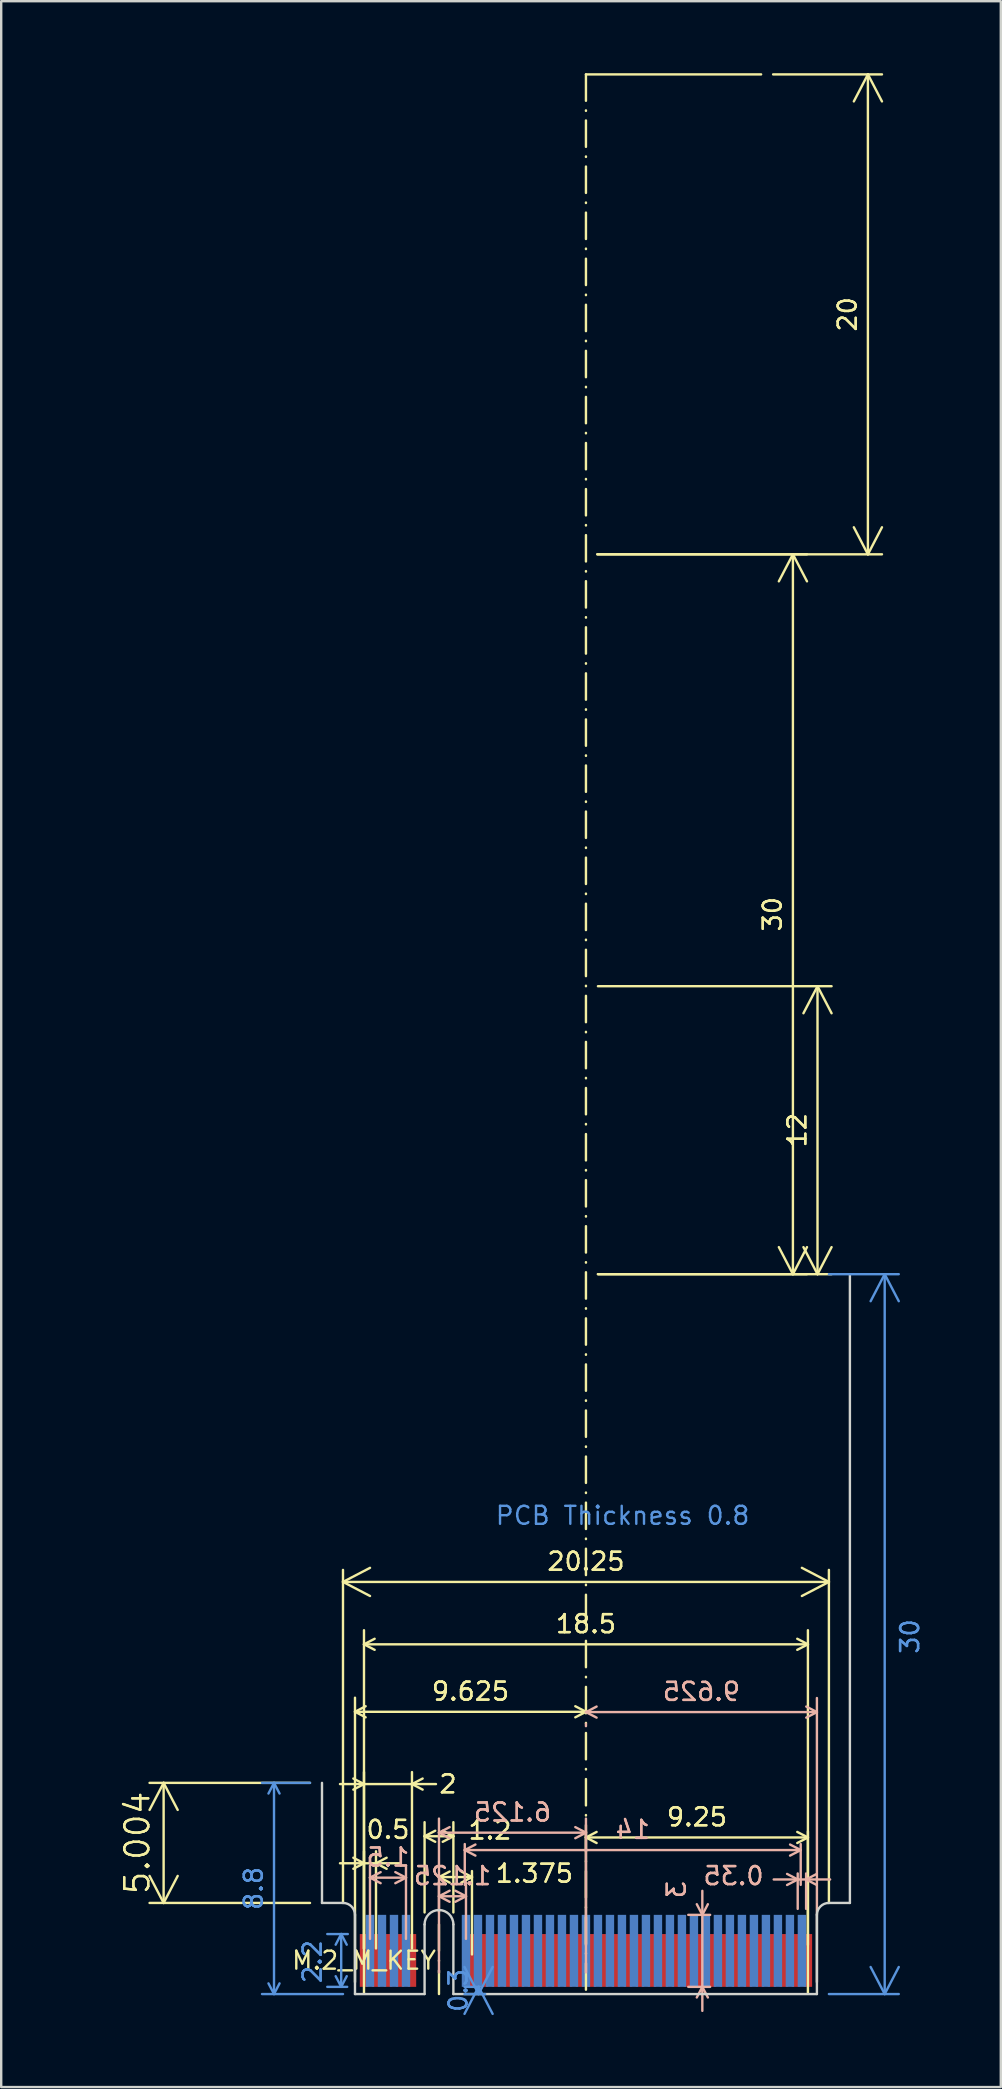
<source format=kicad_pcb>
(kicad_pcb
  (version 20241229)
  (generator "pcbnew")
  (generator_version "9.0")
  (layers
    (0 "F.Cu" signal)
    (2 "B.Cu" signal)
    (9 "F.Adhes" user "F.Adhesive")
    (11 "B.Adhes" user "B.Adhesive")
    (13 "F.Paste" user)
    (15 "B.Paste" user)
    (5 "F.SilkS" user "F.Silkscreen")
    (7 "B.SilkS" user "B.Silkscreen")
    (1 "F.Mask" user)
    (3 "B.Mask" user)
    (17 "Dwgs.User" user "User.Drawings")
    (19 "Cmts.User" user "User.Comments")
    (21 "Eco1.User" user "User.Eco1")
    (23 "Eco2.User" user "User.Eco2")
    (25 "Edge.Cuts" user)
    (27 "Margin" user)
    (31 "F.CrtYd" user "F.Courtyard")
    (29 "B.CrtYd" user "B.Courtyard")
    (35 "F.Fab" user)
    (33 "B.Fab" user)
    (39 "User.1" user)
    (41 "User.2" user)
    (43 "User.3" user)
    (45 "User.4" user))
  (footprint "M.2_M_KEY"
    (layer "F.Cu")
    (at 12.119 78.65)
    (property "Reference" "M.2_M_KEY" (at 0 0 0) (layer "F.SilkS") (effects (font (size 0.75 0.75) (thickness 0.1))))
    (attr through_hole)
    (fp_line (start 3.125 -1.5) (end 3.125 1.4) (stroke (width 0.1) (type dash_dot)) (layer "F.SilkS"))
    (fp_line (start 9.25 -78.6) (end 9.25 1.4) (stroke (width 0.1) (type dash_dot)) (layer "F.SilkS"))
    (fp_line (start 16.55 -78.6) (end 9.25 -78.6) (stroke (width 0.1) (type default)) (layer "F.SilkS"))
    (fp_line (start -1.75 -2.396) (end -1.75 -7.4) (stroke (width 0.1) (type default)) (layer "Edge.Cuts"))
    (fp_line (start -0.875 -2.396) (end -1.75 -2.396) (stroke (width 0.1) (type default)) (layer "Edge.Cuts"))
    (fp_line (start -0.375 1.4) (end -0.375 -1.893) (stroke (width 0.1) (type default)) (layer "Edge.Cuts"))
    (fp_line (start 2.525 -1.5) (end 2.525 1.4) (stroke (width 0.1) (type default)) (layer "Edge.Cuts"))
    (fp_line (start 2.525 1.4) (end -0.375 1.4) (stroke (width 0.1) (type default)) (layer "Edge.Cuts"))
    (fp_line (start 3.725 -1.5) (end 3.725 1.4) (stroke (width 0.1) (type default)) (layer "Edge.Cuts"))
    (fp_line (start 18.875 1.4) (end 3.725 1.4) (stroke (width 0.1) (type default)) (layer "Edge.Cuts"))
    (fp_line (start 18.875 1.4) (end 18.875 -1.9) (stroke (width 0.1) (type default)) (layer "Edge.Cuts"))
    (fp_line (start 19.375 -2.396) (end 20.25 -2.396) (stroke (width 0.1) (type default)) (layer "Edge.Cuts"))
    (fp_line (start 20.25 -2.396) (end 20.25 -28.6) (stroke (width 0.1) (type default)) (layer "Edge.Cuts"))
    (fp_arc (start -0.875 -2.39646) (mid -0.522696 -2.251263) (end -0.375 -1.9) (stroke (width 0.1) (type default)) (layer "Edge.Cuts"))
    (fp_arc (start 2.525 -1.5) (mid 3.125 -2.1) (end 3.725 -1.5) (stroke (width 0.1) (type default)) (layer "Edge.Cuts"))
    (fp_arc (start 18.875 -1.9) (mid 19.022696 -2.251263) (end 19.375 -2.39646) (stroke (width 0.1) (type default)) (layer "Edge.Cuts"))
    (fp_text user "PCB Thickness 0.8" (at 5.425 -18.1 0) (unlocked yes) (layer "Cmts.User") (effects (font (size 0.75 0.75) (thickness 0.1)) (justify left bottom)))
    (dimension (type orthogonal) (layer "F.SilkS") (pts (xy 21.369 78.25) (xy 30.619 78.25)) (height -4.725) (orientation 0) (format (prefix "") (suffix "") (units 3) (units_format 0) (precision 4) (suppress_zeroes yes)) (style (thickness 0.1) (arrow_length 0.5) (text_position_mode 0) (arrow_direction outward) (extension_height 0.25) (extension_offset 0.25) (keep_text_aligned yes)) (gr_text "9.25" (at 25.994 72.675 0) (layer "F.SilkS") (effects (font (size 0.75 0.75) (thickness 0.1)))))
    (dimension (type orthogonal) (layer "F.SilkS") (pts (xy 15.244 75.15) (xy 16.619 78.65)) (height 0.025) (orientation 0) (format (prefix "") (suffix "") (units 3) (units_format 0) (precision 4) (suppress_zeroes yes)) (style (thickness 0.1) (arrow_length 0.5) (text_position_mode 2) (arrow_direction outward) (extension_height 0.25) (extension_offset 0.25) (keep_text_aligned yes)) (gr_text "1.375" (at 19.219 75.025 0) (layer "F.SilkS") (effects (font (size 0.75 0.75) (thickness 0.1)))))
    (dimension (type orthogonal) (layer "F.SilkS") (pts (xy 21.369 50.05) (xy 21.344 20.05)) (height 8.625) (orientation 1) (format (prefix "") (suffix "") (units 3) (units_format 0) (precision 4) (suppress_zeroes yes)) (style (thickness 0.1) (arrow_length 1.27) (text_position_mode 0) (arrow_direction outward) (extension_height 0.586) (extension_offset 0.5) (keep_text_aligned yes)) (gr_text "30" (at 29.144 35.05 90) (layer "F.SilkS") (effects (font (size 0.75 0.75) (thickness 0.1)))))
    (dimension (type orthogonal) (layer "F.SilkS") (pts (xy 21.369 38.05) (xy 21.369 50.05)) (height 9.65) (orientation 1) (format (prefix "") (suffix "") (units 3) (units_format 0) (precision 4) (suppress_zeroes yes)) (style (thickness 0.1) (arrow_length 1.27) (text_position_mode 0) (arrow_direction outward) (extension_height 0.586) (extension_offset 0.5) (keep_text_aligned yes)) (gr_text "12" (at 30.169 44.05 90) (layer "F.SilkS") (effects (font (size 0.75 0.75) (thickness 0.1)))))
    (dimension (type orthogonal) (layer "F.SilkS") (pts (xy 21.369 68.287) (xy 11.744 80.05)) (height 0) (orientation 0) (format (prefix "") (suffix "") (units 3) (units_format 0) (precision 4) (suppress_zeroes yes)) (style (thickness 0.1) (arrow_length 0.5) (text_position_mode 0) (arrow_direction outward) (extension_height 0.586) (extension_offset 0.5) (keep_text_aligned yes)) (gr_text "9.625" (at 16.557 67.438 0) (layer "F.SilkS") (effects (font (size 0.75 0.75) (thickness 0.1)))))
    (dimension (type orthogonal) (layer "F.SilkS") (pts (xy 21.344 20.05) (xy 28.669 0.05)) (height 11.775) (orientation 1) (format (prefix "") (suffix "") (units 3) (units_format 0) (precision 4) (suppress_zeroes yes)) (style (thickness 0.1) (arrow_length 1.27) (text_position_mode 0) (arrow_direction outward) (extension_height 0.586) (extension_offset 0.5) (keep_text_aligned yes)) (gr_text "20" (at 32.269 10.05 90) (layer "F.SilkS") (effects (font (size 0.75 0.75) (thickness 0.1)))))
    (dimension (type orthogonal) (layer "F.SilkS") (pts (xy 14.644 77.15) (xy 15.844 77.15)) (height -3.675) (orientation 0) (format (prefix "") (suffix "") (units 3) (units_format 0) (precision 4) (suppress_zeroes yes)) (style (thickness 0.1) (arrow_length 0.5) (text_position_mode 2) (arrow_direction outward) (extension_height 0.586) (extension_offset 0.5) (keep_text_aligned yes)) (gr_text "1.2" (at 17.369 73.225 0) (layer "F.SilkS") (effects (font (size 0.75 0.75) (thickness 0.1)))))
    (dimension (type orthogonal) (layer "F.SilkS") (pts (xy 30.619 80.525) (xy 12.119 80.525)) (height -15.05) (orientation 0) (format (prefix "") (suffix "") (units 3) (units_format 0) (precision 4) (suppress_zeroes yes)) (style (thickness 0.1) (arrow_length 0.5) (text_position_mode 0) (arrow_direction outward) (extension_height 0.586) (extension_offset 0.5) (keep_text_aligned yes)) (gr_text "18.5" (at 21.369 64.625 0) (layer "F.SilkS") (effects (font (size 0.75 0.75) (thickness 0.1)))))
    (dimension (type orthogonal) (layer "F.SilkS") (pts (xy 10.369 76.254) (xy 10.369 71.25)) (height -6.6) (orientation 1) (format (prefix "") (suffix "") (units 3) (units_format 0) (precision 4) (suppress_zeroes yes)) (style (thickness 0.1) (arrow_length 1.27) (text_position_mode 0) (arrow_direction outward) (extension_height 0.586) (extension_offset 0.5) (keep_text_aligned yes)) (gr_text "5.0035" (at 2.669 73.752 90) (layer "F.SilkS") (effects (font (size 1 1) (thickness 0.1)))))
    (dimension (type orthogonal) (layer "F.SilkS") (pts (xy 11.244 76.254) (xy 31.494 76.254)) (height -13.379) (orientation 0) (format (prefix "") (suffix "") (units 3) (units_format 0) (precision 4) (suppress_zeroes yes)) (style (thickness 0.1) (arrow_length 1.27) (text_position_mode 0) (arrow_direction outward) (extension_height 0.5) (extension_offset 0) (keep_text_aligned yes)) (gr_text "20.25" (at 21.369 62.025 0) (layer "F.SilkS") (effects (font (size 0.75 0.75) (thickness 0.1)))))
    (dimension (type orthogonal) (layer "F.SilkS") (pts (xy 12.119 78.65) (xy 12.619 78.65)) (height -4.05) (orientation 0) (format (prefix "") (suffix "") (units 3) (units_format 0) (precision 4) (suppress_zeroes yes)) (style (thickness 0.1) (arrow_length 0.5) (text_position_mode 2) (arrow_direction inward) (extension_height 0.5) (extension_offset 0.5) (keep_text_aligned yes)) (gr_text "0.5" (at 13.119 73.2 0) (layer "F.SilkS") (effects (font (size 0.75 0.75) (thickness 0.1)))))
    (dimension (type orthogonal) (layer "F.SilkS") (pts (xy 12.119 78.65) (xy 14.119 78.65)) (height -7.35) (orientation 0) (format (prefix "") (suffix "") (units 3) (units_format 0) (precision 4) (suppress_zeroes yes)) (style (thickness 0.1) (arrow_length 0.5) (text_position_mode 2) (arrow_direction inward) (extension_height 0.5) (extension_offset 0.5) (keep_text_aligned yes)) (gr_text "2" (at 15.619 71.3 0) (layer "F.SilkS") (effects (font (size 0.75 0.75) (thickness 0.1)))))
    (dimension (type orthogonal) (layer "B.SilkS") (pts (xy 21.369 79.65) (xy 15.244 79.65)) (height -6.325) (orientation 0) (format (prefix "") (suffix "") (units 3) (units_format 0) (precision 4) (suppress_zeroes yes)) (style (thickness 0.1) (arrow_length 0.5) (text_position_mode 0) (arrow_direction outward) (extension_height 0.586) (extension_offset 0.5) (keep_text_aligned yes)) (gr_text "6.125" (at 18.307 72.475 0) (layer "B.SilkS") (effects (font (size 0.75 0.75) (thickness 0.1)) (justify mirror))))
    (dimension (type orthogonal) (layer "B.SilkS") (pts (xy 21.369 68.287) (xy 30.994 80.05)) (height 0.013) (orientation 0) (format (prefix "") (suffix "") (units 3) (units_format 0) (precision 4) (suppress_zeroes yes)) (style (thickness 0.1) (arrow_length 0.5) (text_position_mode 0) (arrow_direction outward) (extension_height 0.586) (extension_offset 0.5) (keep_text_aligned yes)) (gr_text "9.625" (at 26.182 67.45 0) (layer "B.SilkS") (effects (font (size 0.75 0.75) (thickness 0.1)) (justify mirror))))
    (dimension (type orthogonal) (layer "B.SilkS") (pts (xy 30.544 76.75) (xy 30.194 76.75)) (height -1.475) (orientation 0) (format (prefix "") (suffix "") (units 3) (units_format 0) (precision 4) (suppress_zeroes yes)) (style (thickness 0.1) (arrow_length 0.5) (text_position_mode 2) (arrow_direction inward) (extension_height 0.25) (extension_offset 0.25) (keep_text_aligned yes)) (gr_text "0.35" (at 27.519 75.125 0) (layer "B.SilkS") (effects (font (size 0.75 0.75) (thickness 0.1)) (justify mirror))))
    (dimension (type orthogonal) (layer "B.SilkS") (pts (xy 30.319 75.75) (xy 16.319 75.75)) (height -1.7) (orientation 0) (format (prefix "") (suffix "") (units 3) (units_format 0) (precision 4) (suppress_zeroes yes)) (style (thickness 0.1) (arrow_length 0.5) (text_position_mode 0) (arrow_direction outward) (extension_height 0.25) (extension_offset 0.25) (keep_text_aligned yes)) (gr_text "14" (at 23.319 73.2 0) (layer "B.SilkS") (effects (font (size 0.75 0.75) (thickness 0.1)) (justify mirror))))
    (dimension (type orthogonal) (layer "B.SilkS") (pts (xy 13.869 78.25) (xy 12.369 78.25)) (height -3.05) (orientation 0) (format (prefix "") (suffix "") (units 3) (units_format 0) (precision 4) (suppress_zeroes yes)) (style (thickness 0.1) (arrow_length 0.5) (text_position_mode 0) (arrow_direction outward) (extension_height 0.5) (extension_offset 0.5) (keep_text_aligned yes)) (gr_text "1.5" (at 13.119 74.35 0) (layer "B.SilkS") (effects (font (size 0.75 0.75) (thickness 0.1)) (justify mirror))))
    (dimension (type orthogonal) (layer "B.SilkS") (pts (xy 16.369 78.25) (xy 15.244 77.125)) (height -2.275) (orientation 0) (format (prefix "") (suffix "") (units 3) (units_format 0) (precision 4) (suppress_zeroes yes)) (style (thickness 0.1) (arrow_length 0.5) (text_position_mode 0) (arrow_direction outward) (extension_height 0.586) (extension_offset 0.5) (keep_text_aligned yes)) (gr_text "1.125" (at 15.807 75.125 0) (layer "B.SilkS") (effects (font (size 0.75 0.75) (thickness 0.1)) (justify mirror))))
    (dimension (type orthogonal) (layer "B.SilkS") (pts (xy 27.044 79.75) (xy 27.044 76.75)) (height -0.825) (orientation 1) (format (prefix "") (suffix "") (units 3) (units_format 0) (precision 4) (suppress_zeroes yes)) (style (thickness 0.1) (arrow_length 0.5) (text_position_mode 2) (arrow_direction inward) (extension_height 0.586) (extension_offset 0.5) (keep_text_aligned yes)) (gr_text "3" (at 25.144 75.7 90) (layer "B.SilkS") (effects (font (size 0.75 0.75) (thickness 0.1)) (justify mirror))))
    (dimension (type orthogonal) (layer "Cmts.User") (pts (xy 17.444 79.75) (xy 17.669 80.05)) (height -0.55) (orientation 1) (format (prefix "") (suffix "") (units 3) (units_format 0) (precision 4) (suppress_zeroes yes)) (style (thickness 0.1) (arrow_length 1.27) (text_position_mode 0) (arrow_direction outward) (extension_height 0.586) (extension_offset 0.5) (keep_text_aligned yes)) (gr_text "0.3" (at 16.044 79.9 90) (layer "Cmts.User") (effects (font (size 0.75 0.75) (thickness 0.1)))))
    (dimension (type orthogonal) (layer "Cmts.User") (pts (xy 11.744 80.05) (xy 10.369 71.25)) (height -3.375) (orientation 1) (format (prefix "") (suffix "") (units 3) (units_format 0) (precision 4) (suppress_zeroes yes)) (style (thickness 0.1) (arrow_length 0.5) (text_position_mode 0) (arrow_direction outward) (extension_height 0.5) (extension_offset 0.5) (keep_text_aligned yes)) (gr_text "8.8" (at 7.519 75.65 90) (layer "Cmts.User") (effects (font (size 0.75 0.75) (thickness 0.1)))))
    (dimension (type orthogonal) (layer "Cmts.User") (pts (xy 11.944 77.55) (xy 11.919 79.75)) (height -0.775) (orientation 1) (format (prefix "") (suffix "") (units 3) (units_format 0) (precision 4) (suppress_zeroes yes)) (style (thickness 0.1) (arrow_length 0.5) (text_position_mode 2) (arrow_direction outward) (extension_height 0.58) (extension_offset 0.5) (keep_text_aligned yes)) (gr_text "2.2" (at 9.969 78.7 90) (layer "Cmts.User") (effects (font (size 0.75 0.75) (thickness 0.1)))))
    (dimension (type orthogonal) (layer "Cmts.User") (pts (xy 30.994 80.05) (xy 30.994 50.05)) (height 2.825) (orientation 1) (format (prefix "") (suffix "") (units 3) (units_format 0) (precision 4) (suppress_zeroes yes)) (style (thickness 0.1) (arrow_length 1.27) (text_position_mode 2) (arrow_direction outward) (extension_height 0.586) (extension_offset 0.5) (keep_text_aligned yes)) (gr_text "30" (at 34.869 65.15 90) (layer "Cmts.User") (effects (font (size 0.75 0.75) (thickness 0.1)))))
    (pad "1" connect rect (at 18.5 0) (size 0.35 2.2) (layers "F.Cu" "F.Mask"))
    (pad "2" connect rect (at 18.25 -0.4) (size 0.35 3) (layers "B.Cu" "B.Mask"))
    (pad "3" connect rect (at 18 0) (size 0.35 2.2) (layers "F.Cu" "F.Mask"))
    (pad "4" connect rect (at 17.75 -0.4) (size 0.35 3) (layers "B.Cu" "B.Mask"))
    (pad "5" connect rect (at 17.5 0) (size 0.35 2.2) (layers "F.Cu" "F.Mask"))
    (pad "6" connect rect (at 17.25 -0.4) (size 0.35 3) (layers "B.Cu" "B.Mask"))
    (pad "7" connect rect (at 17 0) (size 0.35 2.2) (layers "F.Cu" "F.Mask"))
    (pad "8" connect rect (at 16.75 -0.4) (size 0.35 3) (layers "B.Cu" "B.Mask"))
    (pad "9" connect rect (at 16.5 0) (size 0.35 2.2) (layers "F.Cu" "F.Mask"))
    (pad "10" connect rect (at 16.25 -0.4) (size 0.35 3) (layers "B.Cu" "B.Mask"))
    (pad "11" connect rect (at 16 0) (size 0.35 2.2) (layers "F.Cu" "F.Mask"))
    (pad "12" connect rect (at 15.75 -0.4) (size 0.35 3) (layers "B.Cu" "B.Mask"))
    (pad "13" connect rect (at 15.5 0) (size 0.35 2.2) (layers "F.Cu" "F.Mask"))
    (pad "14" connect rect (at 15.25 -0.4) (size 0.35 3) (layers "B.Cu" "B.Mask"))
    (pad "15" connect rect (at 15 0) (size 0.35 2.2) (layers "F.Cu" "F.Mask"))
    (pad "16" connect rect (at 14.75 -0.4) (size 0.35 3) (layers "B.Cu" "B.Mask"))
    (pad "17" connect rect (at 14.5 0) (size 0.35 2.2) (layers "F.Cu" "F.Mask"))
    (pad "18" connect rect (at 14.25 -0.4) (size 0.35 3) (layers "B.Cu" "B.Mask"))
    (pad "19" connect rect (at 14 0) (size 0.35 2.2) (layers "F.Cu" "F.Mask"))
    (pad "20" connect rect (at 13.75 -0.4) (size 0.35 3) (layers "B.Cu" "B.Mask"))
    (pad "21" connect rect (at 13.5 0) (size 0.35 2.2) (layers "F.Cu" "F.Mask"))
    (pad "22" connect rect (at 13.25 -0.4) (size 0.35 3) (layers "B.Cu" "B.Mask"))
    (pad "23" connect rect (at 13 0) (size 0.35 2.2) (layers "F.Cu" "F.Mask"))
    (pad "24" connect rect (at 12.75 -0.4) (size 0.35 3) (layers "B.Cu" "B.Mask"))
    (pad "25" connect rect (at 12.5 0) (size 0.35 2.2) (layers "F.Cu" "F.Mask"))
    (pad "26" connect rect (at 12.25 -0.4) (size 0.35 3) (layers "B.Cu" "B.Mask"))
    (pad "27" connect rect (at 12 0) (size 0.35 2.2) (layers "F.Cu" "F.Mask"))
    (pad "28" connect rect (at 11.75 -0.4) (size 0.35 3) (layers "B.Cu" "B.Mask"))
    (pad "29" connect rect (at 11.5 0) (size 0.35 2.2) (layers "F.Cu" "F.Mask"))
    (pad "30" connect rect (at 11.25 -0.4) (size 0.35 3) (layers "B.Cu" "B.Mask"))
    (pad "31" connect rect (at 11 0) (size 0.35 2.2) (layers "F.Cu" "F.Mask"))
    (pad "32" connect rect (at 10.75 -0.4) (size 0.35 3) (layers "B.Cu" "B.Mask"))
    (pad "33" connect rect (at 10.5 0) (size 0.35 2.2) (layers "F.Cu" "F.Mask"))
    (pad "34" connect rect (at 10.25 -0.4) (size 0.35 3) (layers "B.Cu" "B.Mask"))
    (pad "35" connect rect (at 10 0) (size 0.35 2.2) (layers "F.Cu" "F.Mask"))
    (pad "36" connect rect (at 9.75 -0.4) (size 0.35 3) (layers "B.Cu" "B.Mask"))
    (pad "37" connect rect (at 9.5 0) (size 0.35 2.2) (layers "F.Cu" "F.Mask"))
    (pad "38" connect rect (at 9.25 -0.4) (size 0.35 3) (layers "B.Cu" "B.Mask"))
    (pad "39" connect rect (at 9 0) (size 0.35 2.2) (layers "F.Cu" "F.Mask"))
    (pad "40" connect rect (at 8.75 -0.4) (size 0.35 3) (layers "B.Cu" "B.Mask"))
    (pad "41" connect rect (at 8.5 0) (size 0.35 2.2) (layers "F.Cu" "F.Mask"))
    (pad "42" connect rect (at 8.25 -0.4) (size 0.35 3) (layers "B.Cu" "B.Mask"))
    (pad "43" connect rect (at 8 0) (size 0.35 2.2) (layers "F.Cu" "F.Mask"))
    (pad "44" connect rect (at 7.75 -0.4) (size 0.35 3) (layers "B.Cu" "B.Mask"))
    (pad "45" connect rect (at 7.5 0) (size 0.35 2.2) (layers "F.Cu" "F.Mask"))
    (pad "46" connect rect (at 7.25 -0.4) (size 0.35 3) (layers "B.Cu" "B.Mask"))
    (pad "47" connect rect (at 7 0) (size 0.35 2.2) (layers "F.Cu" "F.Mask"))
    (pad "48" connect rect (at 6.75 -0.4) (size 0.35 3) (layers "B.Cu" "B.Mask"))
    (pad "49" connect rect (at 6.5 0) (size 0.35 2.2) (layers "F.Cu" "F.Mask"))
    (pad "50" connect rect (at 6.25 -0.4) (size 0.35 3) (layers "B.Cu" "B.Mask"))
    (pad "51" connect rect (at 6 0) (size 0.35 2.2) (layers "F.Cu" "F.Mask"))
    (pad "52" connect rect (at 5.75 -0.4) (size 0.35 3) (layers "B.Cu" "B.Mask"))
    (pad "53" connect rect (at 5.5 0) (size 0.35 2.2) (layers "F.Cu" "F.Mask"))
    (pad "54" connect rect (at 5.25 -0.4) (size 0.35 3) (layers "B.Cu" "B.Mask"))
    (pad "55" connect rect (at 5 0) (size 0.35 2.2) (layers "F.Cu" "F.Mask"))
    (pad "56" connect rect (at 4.75 -0.4) (size 0.35 3) (layers "B.Cu" "B.Mask"))
    (pad "57" connect rect (at 4.5 0) (size 0.35 2.2) (layers "F.Cu" "F.Mask"))
    (pad "58" connect rect (at 4.25 -0.4) (size 0.35 3) (layers "B.Cu" "B.Mask"))
    (pad "67" connect rect (at 2 0) (size 0.35 2.2) (layers "F.Cu" "F.Mask"))
    (pad "68" connect rect (at 1.75 -0.4) (size 0.35 3) (layers "B.Cu" "B.Mask"))
    (pad "69" connect rect (at 1.5 0) (size 0.35 2.2) (layers "F.Cu" "F.Mask"))
    (pad "70" connect rect (at 1.25 -0.4) (size 0.35 3) (layers "B.Cu" "B.Mask"))
    (pad "71" connect rect (at 1 0) (size 0.35 2.2) (layers "F.Cu" "F.Mask"))
    (pad "72" connect rect (at 0.75 -0.4) (size 0.35 3) (layers "B.Cu" "B.Mask"))
    (pad "73" connect rect (at 0.5 0) (size 0.35 2.2) (layers "F.Cu" "F.Mask"))
    (pad "74" connect rect (at 0.25 -0.4) (size 0.35 3) (layers "B.Cu" "B.Mask"))
    (pad "75" connect rect (at 0 0) (size 0.35 2.2) (layers "F.Cu" "F.Mask")))
  (gr_rect
    (start -3 -3)
    (end 38.658 83.927)
    (stroke (width 0.1) (type default))
    (fill no)
    (layer "Edge.Cuts")))
</source>
